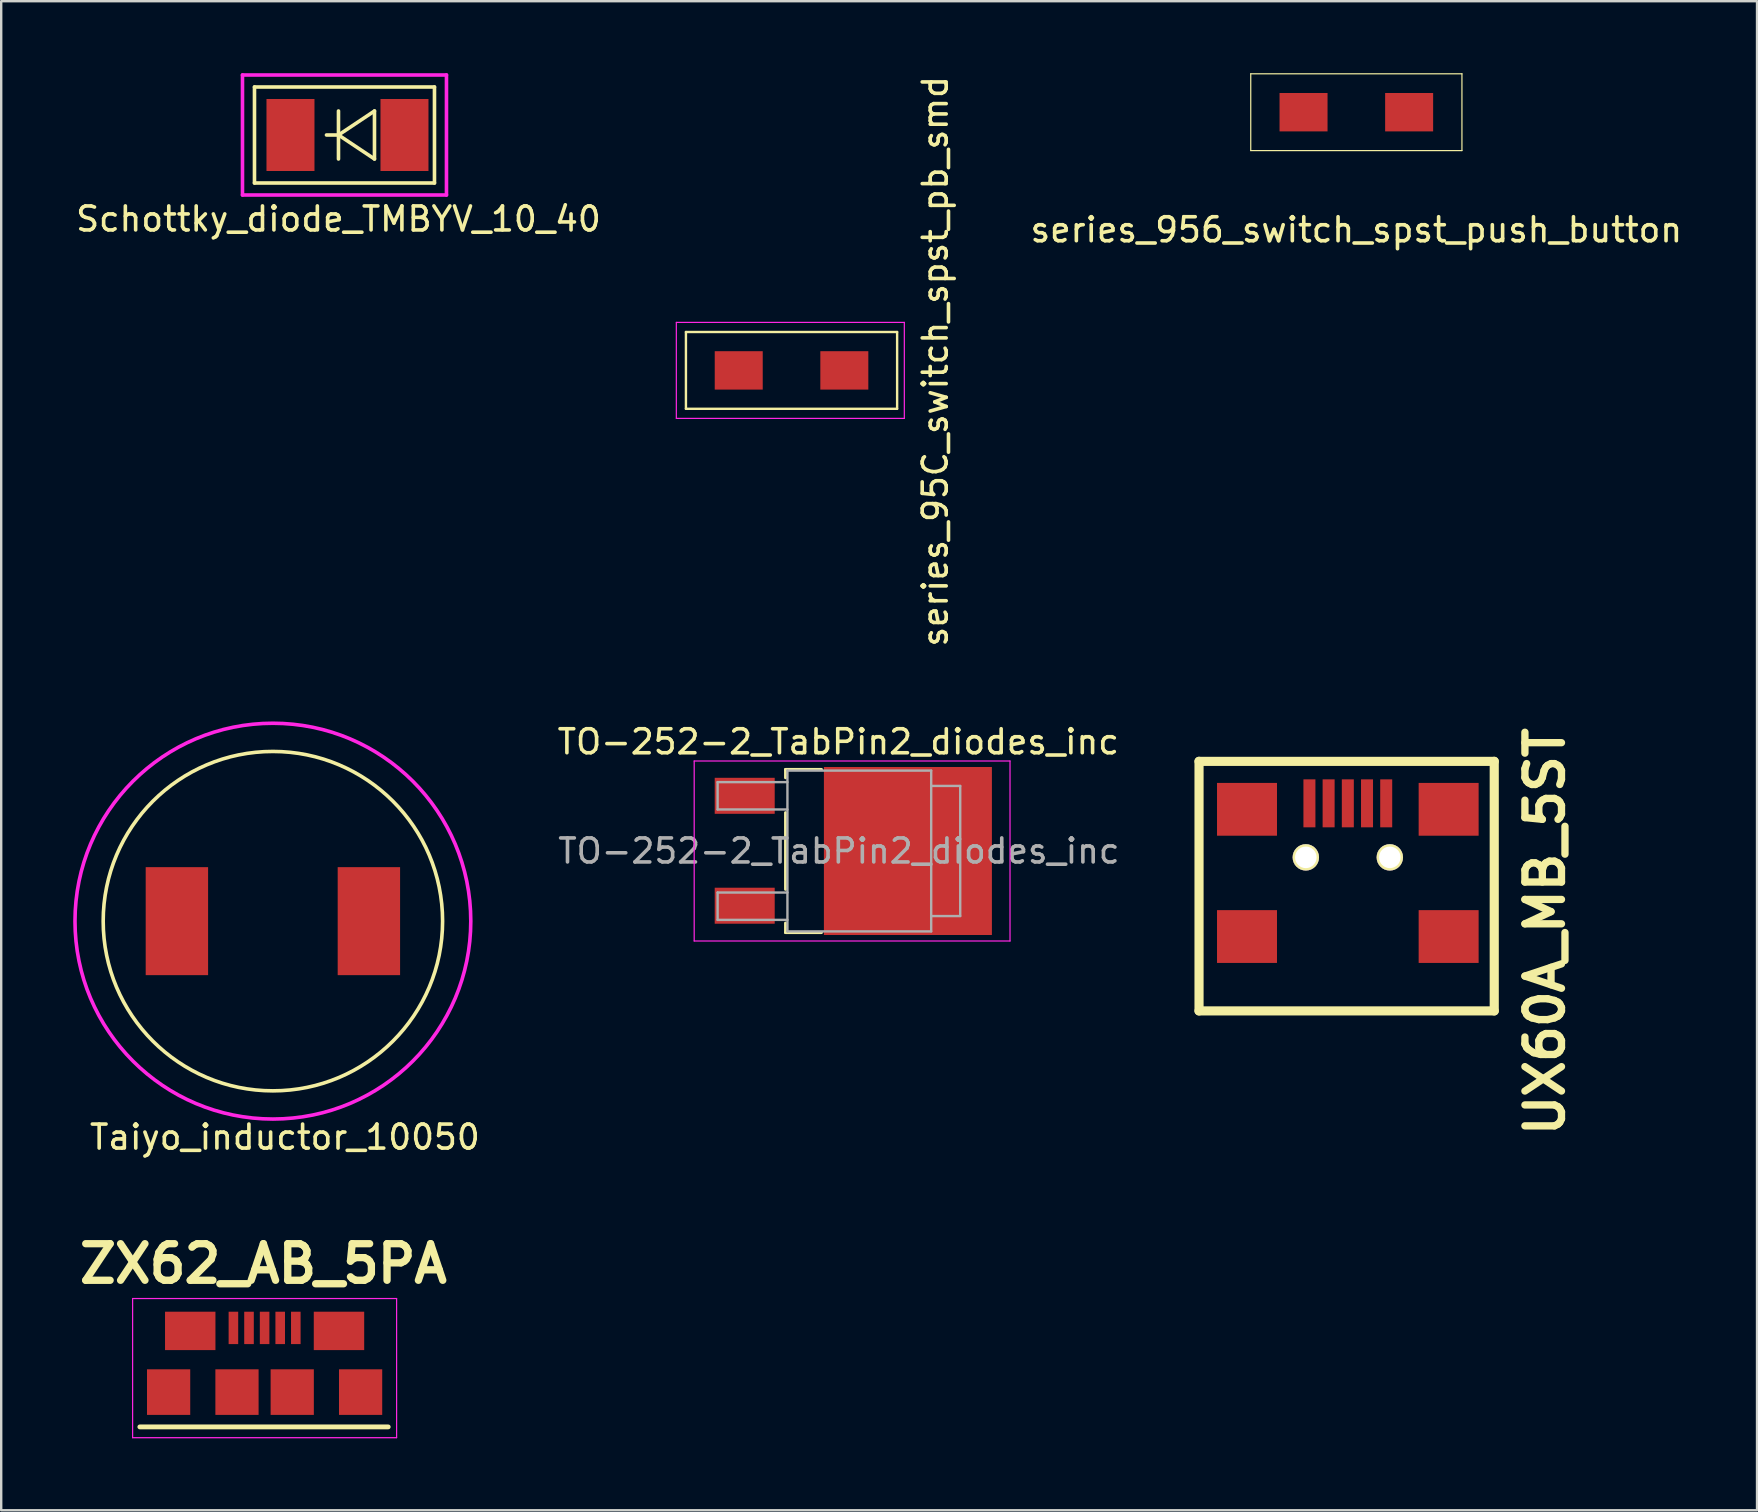
<source format=kicad_pcb>
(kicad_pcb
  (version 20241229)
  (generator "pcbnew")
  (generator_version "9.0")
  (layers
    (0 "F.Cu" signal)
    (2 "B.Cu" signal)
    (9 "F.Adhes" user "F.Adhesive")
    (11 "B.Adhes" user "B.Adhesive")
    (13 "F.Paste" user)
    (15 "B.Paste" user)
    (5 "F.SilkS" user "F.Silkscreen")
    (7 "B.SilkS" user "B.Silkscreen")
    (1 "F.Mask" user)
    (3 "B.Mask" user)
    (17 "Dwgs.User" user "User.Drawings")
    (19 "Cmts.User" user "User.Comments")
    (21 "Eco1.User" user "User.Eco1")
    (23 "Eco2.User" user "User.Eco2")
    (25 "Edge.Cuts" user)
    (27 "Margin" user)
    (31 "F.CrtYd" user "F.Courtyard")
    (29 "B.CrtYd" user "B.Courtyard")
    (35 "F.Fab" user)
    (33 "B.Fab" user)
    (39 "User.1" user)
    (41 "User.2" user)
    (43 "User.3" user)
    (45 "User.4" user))
  (footprint "Taiyo_inductor_10050"
    (layer "F.Cu")
    (at 8.321 35.333)
    (property "Reference" "Taiyo_inductor_10050" (at 0.5 9 0) (layer "F.SilkS") (effects (font (size 1 1) (thickness 0.15))))
    (attr through_hole)
    (fp_circle (center 0 0) (end 5 5) (stroke (width 0.15) (type solid)) (fill no) (layer "F.SilkS"))
    (fp_circle (center 0 0) (end -2 -8) (stroke (width 0.15) (type solid)) (fill no) (layer "F.CrtYd"))
    (pad "1" smd rect (at -4 0) (size 2.6 4.5) (layers "F.Cu" "F.Mask" "F.Paste"))
    (pad "2" smd rect (at 4 0) (size 2.6 4.5) (layers "F.Cu" "F.Mask" "F.Paste")))
  (footprint "series_95C_switch_spst_pb_smd"
    (layer "F.Cu")
    (at 29.932 12.384)
    (property "Reference" "series_95C_switch_spst_pb_smd" (at 5.99 -0.378 90) (layer "F.SilkS") (effects (font (size 1 1) (thickness 0.15))))
    (attr through_hole)
    (fp_line (start -4.4 -1.6) (end -4.4 1.6) (stroke (width 0.1) (type solid)) (layer "F.SilkS"))
    (fp_line (start -4.4 1.6) (end 4.4 1.6) (stroke (width 0.1) (type solid)) (layer "F.SilkS"))
    (fp_line (start 4.4 -1.6) (end -4.4 -1.6) (stroke (width 0.1) (type solid)) (layer "F.SilkS"))
    (fp_line (start 4.4 1.6) (end 4.4 -1.6) (stroke (width 0.1) (type solid)) (layer "F.SilkS"))
    (fp_line (start -4.8 -2) (end 4.7 -2) (stroke (width 0.05) (type solid)) (layer "F.CrtYd"))
    (fp_line (start -4.8 2) (end -4.8 -2) (stroke (width 0.05) (type solid)) (layer "F.CrtYd"))
    (fp_line (start 4.7 -2) (end 4.7 2) (stroke (width 0.05) (type solid)) (layer "F.CrtYd"))
    (fp_line (start 4.7 2) (end -4.8 2) (stroke (width 0.05) (type solid)) (layer "F.CrtYd"))
    (pad "1" smd rect (at -2.2 0) (size 2 1.6) (layers "F.Cu" "F.Mask" "F.Paste"))
    (pad "2" smd rect (at 2.2 0) (size 2 1.6) (layers "F.Cu" "F.Mask" "F.Paste")))
  (footprint "ZX62_AB_5PA"
    (layer "F.Cu")
    (at 7.976 54.957)
    (property "Reference" "ZX62_AB_5PA" (at -0.051 -5.349 0) (layer "F.SilkS") (effects (font (size 1.524 1.524) (thickness 0.305))))
    (attr through_hole)
    (fp_line (start -5.199 1.45) (end 5.151 1.45) (stroke (width 0.201) (type solid)) (layer "F.SilkS"))
    (fp_line (start -5.5 -3.9) (end -5.5 1.9) (stroke (width 0.05) (type solid)) (layer "F.CrtYd"))
    (fp_line (start -5.5 1.9) (end 5.5 1.9) (stroke (width 0.05) (type solid)) (layer "F.CrtYd"))
    (fp_line (start 5.5 -3.9) (end -5.5 -3.9) (stroke (width 0.05) (type solid)) (layer "F.CrtYd"))
    (fp_line (start 5.5 1.9) (end 5.5 -3.9) (stroke (width 0.05) (type solid)) (layer "F.CrtYd"))
    (pad "1" smd rect (at -1.3 -2.675) (size 0.399 1.349) (layers "F.Cu" "F.Mask" "F.Paste"))
    (pad "2" smd rect (at -0.65 -2.675) (size 0.399 1.349) (layers "F.Cu" "F.Mask" "F.Paste"))
    (pad "3" smd rect (at 0 -2.675) (size 0.399 1.349) (layers "F.Cu" "F.Mask" "F.Paste"))
    (pad "4" smd rect (at 0.65 -2.675) (size 0.399 1.349) (layers "F.Cu" "F.Mask" "F.Paste"))
    (pad "5" smd rect (at 1.3 -2.675) (size 0.399 1.349) (layers "F.Cu" "F.Mask" "F.Paste"))
    (pad "5" smd rect (at 3.099 -2.55) (size 2.101 1.6) (layers "F.Cu" "F.Mask" "F.Paste"))
    (pad "6" smd rect (at -4 0) (size 1.801 1.9) (layers "F.Cu" "F.Mask" "F.Paste"))
    (pad "6" smd rect (at -3.099 -2.55) (size 2.101 1.6) (layers "F.Cu" "F.Mask" "F.Paste"))
    (pad "6" smd rect (at -1.151 0) (size 1.801 1.9) (layers "F.Cu" "F.Mask" "F.Paste"))
    (pad "6" smd rect (at 1.151 0) (size 1.801 1.9) (layers "F.Cu" "F.Mask" "F.Paste"))
    (pad "6" smd rect (at 4 0) (size 1.801 1.9) (layers "F.Cu" "F.Mask" "F.Paste")))
  (footprint "TO-252-2_TabPin2_diodes_inc"
    (layer "F.Cu")
    (at 32.456 32.41)
    (property "Reference" "TO-252-2_TabPin2_diodes_inc" (at -0.575 -4.55 0) (layer "F.SilkS") (effects (font (size 1 1) (thickness 0.15))))
    (attr smd)
    (fp_line (start -2.775 -3.4) (end -1.275 -3.4) (stroke (width 0.12) (type solid)) (layer "F.SilkS"))
    (fp_line (start -2.775 -3.05) (end -2.775 -3.4) (stroke (width 0.12) (type solid)) (layer "F.SilkS"))
    (fp_line (start -2.775 1.6) (end -2.775 -1.6) (stroke (width 0.12) (type solid)) (layer "F.SilkS"))
    (fp_line (start -2.775 3.4) (end -2.775 3) (stroke (width 0.12) (type solid)) (layer "F.SilkS"))
    (fp_line (start -1.275 3.4) (end -2.775 3.4) (stroke (width 0.12) (type solid)) (layer "F.SilkS"))
    (fp_line (start -6.58 3.75) (end -6.58 -3.75) (stroke (width 0.05) (type solid)) (layer "F.CrtYd"))
    (fp_line (start -6.58 3.75) (end 6.58 3.75) (stroke (width 0.05) (type solid)) (layer "F.CrtYd"))
    (fp_line (start 6.58 -3.75) (end -6.58 -3.75) (stroke (width 0.05) (type solid)) (layer "F.CrtYd"))
    (fp_line (start 6.58 -3.75) (end 6.58 3.75) (stroke (width 0.05) (type solid)) (layer "F.CrtYd"))
    (fp_line (start -5.605 -2.87) (end -5.605 -1.73) (stroke (width 0.1) (type solid)) (layer "F.Fab"))
    (fp_line (start -5.605 -1.73) (end -2.695 -1.73) (stroke (width 0.1) (type solid)) (layer "F.Fab"))
    (fp_line (start -5.605 1.73) (end -5.605 2.87) (stroke (width 0.1) (type solid)) (layer "F.Fab"))
    (fp_line (start -5.605 2.87) (end -2.695 2.87) (stroke (width 0.1) (type solid)) (layer "F.Fab"))
    (fp_line (start -2.695 -2.87) (end -5.605 -2.87) (stroke (width 0.1) (type solid)) (layer "F.Fab"))
    (fp_line (start -2.695 1.73) (end -5.605 1.73) (stroke (width 0.1) (type solid)) (layer "F.Fab"))
    (fp_line (start -2.695 3.35) (end -2.695 -3.35) (stroke (width 0.1) (type solid)) (layer "F.Fab"))
    (fp_line (start -2.695 3.35) (end 3.295 3.35) (stroke (width 0.1) (type solid)) (layer "F.Fab"))
    (fp_line (start 3.295 -3.35) (end -2.695 -3.35) (stroke (width 0.1) (type solid)) (layer "F.Fab"))
    (fp_line (start 3.295 3.35) (end 3.295 -3.35) (stroke (width 0.1) (type solid)) (layer "F.Fab"))
    (fp_line (start 3.305 -2.71) (end 4.505 -2.71) (stroke (width 0.1) (type solid)) (layer "F.Fab"))
    (fp_line (start 4.505 -2.71) (end 4.505 2.71) (stroke (width 0.1) (type solid)) (layer "F.Fab"))
    (fp_line (start 4.505 2.71) (end 3.295 2.71) (stroke (width 0.1) (type solid)) (layer "F.Fab"))
    (fp_text user "${REFERENCE}" (at -0.55 0 0) (layer "F.Fab") (effects (font (size 1 1) (thickness 0.15))))
    (pad "" smd rect (at 0.55 -1.8 270) (size 3.3 3.3) (layers "F.Paste"))
    (pad "" smd rect (at 0.55 1.8 270) (size 3.3 3.3) (layers "F.Paste"))
    (pad "" smd rect (at 4.1 -1.8 270) (size 3.3 3.3) (layers "F.Paste"))
    (pad "" smd rect (at 4.1 1.8 270) (size 3.3 3.3) (layers "F.Paste"))
    (pad "1" smd rect (at -4.475 -2.3) (size 2.5 1.5) (layers "F.Cu" "F.Mask" "F.Paste"))
    (pad "2" smd rect (at 2.325 0) (size 7 7) (layers "F.Cu" "F.Mask"))
    (pad "3" smd rect (at -4.475 2.28) (size 2.5 1.5) (layers "F.Cu" "F.Mask" "F.Paste")))
  (footprint "Schottky_diode_TMBYV_10_40"
    (layer "F.Cu")
    (at 11.424 2.575)
    (property "Reference" "Schottky_diode_TMBYV_10_40" (at -0.37 3.5 0) (layer "F.SilkS") (effects (font (size 1 1) (thickness 0.15))))
    (attr through_hole)
    (fp_line (start -3.87 -2) (end -3.87 2) (stroke (width 0.15) (type solid)) (layer "F.SilkS"))
    (fp_line (start -3.87 2) (end 3.63 2) (stroke (width 0.15) (type solid)) (layer "F.SilkS"))
    (fp_line (start -0.37 -1) (end -0.37 1) (stroke (width 0.15) (type solid)) (layer "F.SilkS"))
    (fp_line (start -0.37 0) (end -0.87 0) (stroke (width 0.15) (type solid)) (layer "F.SilkS"))
    (fp_line (start -0.37 0) (end 1.13 -1) (stroke (width 0.15) (type solid)) (layer "F.SilkS"))
    (fp_line (start 1.13 -1) (end 1.13 1) (stroke (width 0.15) (type solid)) (layer "F.SilkS"))
    (fp_line (start 1.13 1) (end -0.37 0) (stroke (width 0.15) (type solid)) (layer "F.SilkS"))
    (fp_line (start 3.63 -2) (end -3.87 -2) (stroke (width 0.15) (type solid)) (layer "F.SilkS"))
    (fp_line (start 3.63 2) (end 3.63 -2) (stroke (width 0.15) (type solid)) (layer "F.SilkS"))
    (fp_line (start -4.37 -2.5) (end -4.37 2.5) (stroke (width 0.15) (type solid)) (layer "F.CrtYd"))
    (fp_line (start -4.37 2.5) (end 4.13 2.5) (stroke (width 0.15) (type solid)) (layer "F.CrtYd"))
    (fp_line (start 4.13 -2.5) (end -4.37 -2.5) (stroke (width 0.15) (type solid)) (layer "F.CrtYd"))
    (fp_line (start 4.13 2.5) (end 4.13 -2.5) (stroke (width 0.15) (type solid)) (layer "F.CrtYd"))
    (pad "1" smd rect (at -2.37 0) (size 2 3) (layers "F.Cu" "F.Mask" "F.Paste"))
    (pad "2" smd rect (at 2.38 0) (size 2 3) (layers "F.Cu" "F.Mask" "F.Paste")))
  (footprint "UX60A_MB_5ST"
    (layer "F.Cu")
    (at 53.112 35.974)
    (property "Reference" "UX60A_MB_5ST" (at 8.214 -0.203 90) (layer "F.SilkS") (effects (font (size 1.524 1.524) (thickness 0.305))))
    (attr through_hole)
    (fp_line (start -6.2 3.099) (end -6.2 -7.3) (stroke (width 0.381) (type solid)) (layer "F.SilkS"))
    (fp_line (start -6.2 3.099) (end 6.101 3.099) (stroke (width 0.381) (type solid)) (layer "F.SilkS"))
    (fp_line (start 6.101 -7.3) (end -6.2 -7.3) (stroke (width 0.381) (type solid)) (layer "F.SilkS"))
    (fp_line (start 6.101 3.099) (end 6.101 -7.3) (stroke (width 0.381) (type solid)) (layer "F.SilkS"))
    (pad "1" smd rect (at -1.6 -5.55) (size 0.5 1.999) (layers "F.Cu" "F.Mask" "F.Paste"))
    (pad "2" smd rect (at -0.8 -5.55) (size 0.5 1.999) (layers "F.Cu" "F.Mask" "F.Paste"))
    (pad "3" smd rect (at 0 -5.55) (size 0.5 1.999) (layers "F.Cu" "F.Mask" "F.Paste"))
    (pad "4" smd rect (at 0.8 -5.55) (size 0.5 1.999) (layers "F.Cu" "F.Mask" "F.Paste"))
    (pad "5" smd rect (at -4.201 -5.301) (size 2.499 2.2) (layers "F.Cu" "F.Mask" "F.Paste"))
    (pad "5" smd rect (at -4.201 0) (size 2.499 2.2) (layers "F.Cu" "F.Mask" "F.Paste"))
    (pad "5" smd rect (at 1.6 -5.55) (size 0.5 1.999) (layers "F.Cu" "F.Mask" "F.Paste"))
    (pad "5" smd rect (at 4.201 -5.301) (size 2.499 2.2) (layers "F.Cu" "F.Mask" "F.Paste"))
    (pad "5" smd rect (at 4.201 0) (size 2.499 2.2) (layers "F.Cu" "F.Mask" "F.Paste"))
    (pad "10" thru_hole circle (at -1.75 -3.299) (size 1.1 1.1) (drill 0.899) (layers "*.Cu" "*.Mask" "F.SilkS"))
    (pad "11" thru_hole circle (at 1.75 -3.299) (size 1.1 1.1) (drill 0.899) (layers "*.Cu" "*.Mask" "F.SilkS")))
  (footprint "series_956_switch_spst_push_button"
    (layer "F.Cu")
    (at 53.467 1.625)
    (property "Reference" "series_956_switch_spst_push_button" (at 0 4.9 0) (layer "F.SilkS") (effects (font (size 1 1) (thickness 0.15))))
    (attr through_hole)
    (fp_line (start -4.4 -1.6) (end -4.4 1.6) (stroke (width 0.05) (type solid)) (layer "F.SilkS"))
    (fp_line (start -4.4 1.6) (end 4.4 1.6) (stroke (width 0.05) (type solid)) (layer "F.SilkS"))
    (fp_line (start 4.4 -1.6) (end -4.4 -1.6) (stroke (width 0.05) (type solid)) (layer "F.SilkS"))
    (fp_line (start 4.4 1.6) (end 4.4 -1.6) (stroke (width 0.05) (type solid)) (layer "F.SilkS"))
    (pad "1" smd rect (at -2.2 0) (size 2 1.6) (layers "F.Cu" "F.Mask" "F.Paste"))
    (pad "2" smd rect (at 2.2 0) (size 2 1.6) (layers "F.Cu" "F.Mask" "F.Paste")))
  (gr_rect
    (start -3 -3)
    (end 70.163 59.882)
    (stroke (width 0.1) (type default))
    (fill no)
    (layer "Edge.Cuts")))
</source>
